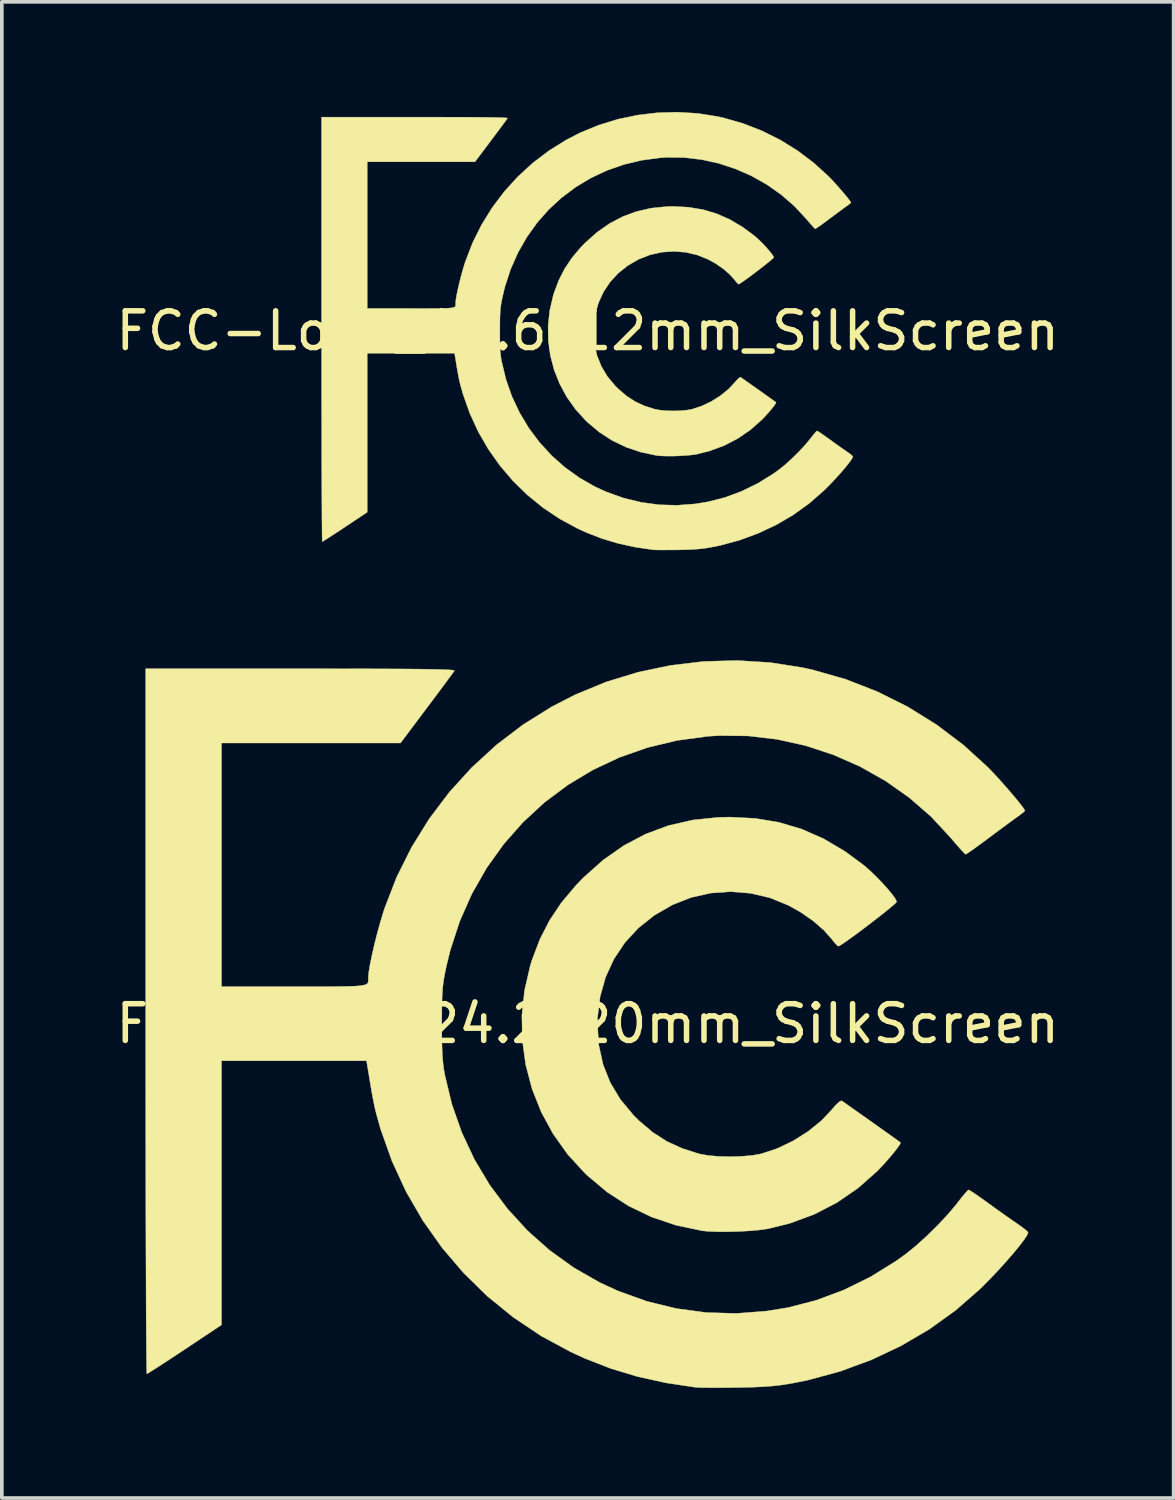
<source format=kicad_pcb>
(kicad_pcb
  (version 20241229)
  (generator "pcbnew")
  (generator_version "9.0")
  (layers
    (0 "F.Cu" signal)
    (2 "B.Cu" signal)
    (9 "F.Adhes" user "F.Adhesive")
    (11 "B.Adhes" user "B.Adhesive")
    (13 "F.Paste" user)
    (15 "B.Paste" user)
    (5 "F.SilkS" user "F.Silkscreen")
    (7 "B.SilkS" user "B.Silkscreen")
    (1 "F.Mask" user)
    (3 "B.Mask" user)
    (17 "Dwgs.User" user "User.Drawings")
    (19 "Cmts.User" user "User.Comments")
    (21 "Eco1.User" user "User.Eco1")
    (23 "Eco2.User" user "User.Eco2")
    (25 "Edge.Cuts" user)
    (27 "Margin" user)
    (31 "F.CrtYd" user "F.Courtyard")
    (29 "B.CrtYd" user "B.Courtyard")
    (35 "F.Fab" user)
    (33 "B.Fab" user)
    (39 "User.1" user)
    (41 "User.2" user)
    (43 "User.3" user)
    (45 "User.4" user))
  (footprint "FCC-Logo_24.2x20mm_SilkScreen"
    (layer "F.Cu")
    (at 12.958 24.833)
    (property "Reference" "FCC-Logo_24.2x20mm_SilkScreen" (at 0 0 0) (layer "F.SilkS") (effects (font (size 1 1) (thickness 0.15))))
    (attr exclude_from_pos_files exclude_from_bom)
    (fp_poly (pts (xy 4.559 -5.593) (xy 5.211 -5.484) (xy 5.831 -5.3) (xy 6.427 -5.037) (xy 7.01 -4.692) (xy 7.523 -4.313) (xy 7.68 -4.177) (xy 7.847 -4.016) (xy 8.013 -3.845) (xy 8.166 -3.676) (xy 8.292 -3.524) (xy 8.379 -3.403) (xy 8.415 -3.325) (xy 8.415 -3.321) (xy 8.382 -3.281) (xy 8.289 -3.199) (xy 8.15 -3.084) (xy 7.977 -2.946) (xy 7.781 -2.794) (xy 7.576 -2.637) (xy 7.374 -2.485) (xy 7.186 -2.348) (xy 7.026 -2.233) (xy 6.905 -2.152) (xy 6.836 -2.113) (xy 6.827 -2.11) (xy 6.782 -2.144) (xy 6.707 -2.227) (xy 6.658 -2.291) (xy 6.432 -2.547) (xy 6.138 -2.802) (xy 5.795 -3.04) (xy 5.466 -3.224) (xy 4.963 -3.429) (xy 4.436 -3.552) (xy 3.896 -3.596) (xy 3.355 -3.558) (xy 2.824 -3.44) (xy 2.314 -3.24) (xy 2.309 -3.238) (xy 1.812 -2.951) (xy 1.378 -2.605) (xy 1.01 -2.206) (xy 0.712 -1.758) (xy 0.487 -1.267) (xy 0.338 -0.739) (xy 0.269 -0.178) (xy 0.264 0.013) (xy 0.302 0.582) (xy 0.418 1.112) (xy 0.614 1.605) (xy 0.891 2.065) (xy 1.249 2.495) (xy 1.396 2.641) (xy 1.768 2.956) (xy 2.153 3.204) (xy 2.575 3.398) (xy 3.037 3.545) (xy 3.27 3.588) (xy 3.561 3.614) (xy 3.882 3.622) (xy 4.203 3.612) (xy 4.497 3.585) (xy 4.719 3.545) (xy 5.157 3.401) (xy 5.592 3.193) (xy 6.003 2.934) (xy 6.368 2.638) (xy 6.641 2.349) (xy 6.763 2.208) (xy 6.858 2.122) (xy 6.915 2.098) (xy 6.919 2.1) (xy 6.964 2.131) (xy 7.067 2.204) (xy 7.217 2.31) (xy 7.4 2.439) (xy 7.602 2.582) (xy 7.812 2.731) (xy 8.016 2.876) (xy 8.202 3.008) (xy 8.356 3.118) (xy 8.466 3.197) (xy 8.519 3.235) (xy 8.52 3.236) (xy 8.508 3.278) (xy 8.446 3.37) (xy 8.347 3.499) (xy 8.22 3.65) (xy 8.079 3.811) (xy 7.933 3.967) (xy 7.883 4.017) (xy 7.36 4.48) (xy 6.785 4.874) (xy 6.165 5.194) (xy 5.505 5.438) (xy 4.911 5.585) (xy 4.698 5.616) (xy 4.428 5.641) (xy 4.126 5.658) (xy 3.817 5.666) (xy 3.526 5.666) (xy 3.276 5.656) (xy 3.12 5.64) (xy 2.406 5.49) (xy 1.738 5.265) (xy 1.114 4.965) (xy 0.532 4.589) (xy -0.011 4.134) (xy -0.072 4.076) (xy -0.544 3.561) (xy -0.943 3.001) (xy -1.268 2.402) (xy -1.517 1.774) (xy -1.689 1.121) (xy -1.781 0.452) (xy -1.793 -0.226) (xy -1.721 -0.907) (xy -1.565 -1.582) (xy -1.518 -1.735) (xy -1.302 -2.302) (xy -1.039 -2.816) (xy -0.718 -3.296) (xy -0.327 -3.761) (xy -0.116 -3.98) (xy 0.42 -4.458) (xy 0.984 -4.853) (xy 1.577 -5.166) (xy 2.203 -5.398) (xy 2.864 -5.549) (xy 3.562 -5.621) (xy 3.867 -5.628) (xy 4.559 -5.593)) (stroke (width 0.01) (type solid)) (fill yes) (layer "F.SilkS"))
    (fp_poly (pts (xy 4.971 -9.837) (xy 5.86 -9.698) (xy 6.13 -9.638) (xy 7.023 -9.383) (xy 7.887 -9.046) (xy 8.714 -8.633) (xy 9.499 -8.146) (xy 10.235 -7.59) (xy 10.897 -6.986) (xy 11.038 -6.841) (xy 11.196 -6.669) (xy 11.361 -6.485) (xy 11.521 -6.3) (xy 11.667 -6.127) (xy 11.787 -5.978) (xy 11.871 -5.867) (xy 11.907 -5.806) (xy 11.908 -5.801) (xy 11.875 -5.766) (xy 11.79 -5.699) (xy 11.721 -5.649) (xy 11.623 -5.579) (xy 11.471 -5.468) (xy 11.282 -5.328) (xy 11.072 -5.172) (xy 10.932 -5.067) (xy 10.733 -4.919) (xy 10.557 -4.791) (xy 10.417 -4.692) (xy 10.325 -4.63) (xy 10.295 -4.614) (xy 10.256 -4.646) (xy 10.173 -4.734) (xy 10.057 -4.864) (xy 9.921 -5.024) (xy 9.894 -5.056) (xy 9.357 -5.636) (xy 8.759 -6.156) (xy 8.111 -6.613) (xy 7.419 -7.004) (xy 6.69 -7.325) (xy 5.935 -7.573) (xy 5.159 -7.745) (xy 4.371 -7.838) (xy 3.58 -7.847) (xy 3.271 -7.828) (xy 2.435 -7.715) (xy 1.632 -7.522) (xy 0.864 -7.253) (xy 0.137 -6.911) (xy -0.546 -6.5) (xy -1.181 -6.025) (xy -1.763 -5.487) (xy -2.289 -4.891) (xy -2.754 -4.241) (xy -3.154 -3.54) (xy -3.486 -2.791) (xy -3.745 -1.998) (xy -3.856 -1.541) (xy -3.895 -1.347) (xy -3.925 -1.178) (xy -3.946 -1.015) (xy -3.96 -0.839) (xy -3.969 -0.633) (xy -3.973 -0.377) (xy -3.975 -0.053) (xy -3.975 -0.022) (xy -3.974 0.342) (xy -3.968 0.636) (xy -3.958 0.876) (xy -3.94 1.08) (xy -3.916 1.265) (xy -3.895 1.384) (xy -3.701 2.191) (xy -3.429 2.966) (xy -3.083 3.703) (xy -2.667 4.397) (xy -2.184 5.043) (xy -1.64 5.637) (xy -1.038 6.172) (xy -0.382 6.644) (xy 0.324 7.048) (xy 0.82 7.277) (xy 1.606 7.56) (xy 2.408 7.757) (xy 3.223 7.867) (xy 4.047 7.891) (xy 4.877 7.827) (xy 5.456 7.732) (xy 6.219 7.535) (xy 6.97 7.255) (xy 7.698 6.898) (xy 8.392 6.468) (xy 8.672 6.267) (xy 8.944 6.046) (xy 9.239 5.778) (xy 9.535 5.487) (xy 9.809 5.194) (xy 10.039 4.922) (xy 10.087 4.859) (xy 10.199 4.715) (xy 10.294 4.602) (xy 10.358 4.537) (xy 10.375 4.526) (xy 10.422 4.551) (xy 10.526 4.618) (xy 10.673 4.72) (xy 10.849 4.845) (xy 10.909 4.889) (xy 11.122 5.043) (xy 11.34 5.198) (xy 11.539 5.338) (xy 11.693 5.444) (xy 11.7 5.449) (xy 11.837 5.546) (xy 11.941 5.628) (xy 11.993 5.68) (xy 11.995 5.687) (xy 11.967 5.759) (xy 11.886 5.884) (xy 11.759 6.051) (xy 11.596 6.249) (xy 11.405 6.469) (xy 11.196 6.701) (xy 10.975 6.934) (xy 10.753 7.159) (xy 10.673 7.237) (xy 10.017 7.81) (xy 9.301 8.324) (xy 8.532 8.775) (xy 7.719 9.159) (xy 6.869 9.472) (xy 5.989 9.71) (xy 5.537 9.8) (xy 5.298 9.838) (xy 5.059 9.866) (xy 4.798 9.886) (xy 4.495 9.9) (xy 4.13 9.909) (xy 4.043 9.91) (xy 3.753 9.913) (xy 3.485 9.914) (xy 3.253 9.913) (xy 3.074 9.911) (xy 2.962 9.906) (xy 2.944 9.905) (xy 2.121 9.781) (xy 1.356 9.612) (xy 0.631 9.393) (xy -0.075 9.118) (xy -0.461 8.941) (xy -1.269 8.505) (xy -2.027 7.997) (xy -2.733 7.423) (xy -3.382 6.788) (xy -3.971 6.097) (xy -4.496 5.354) (xy -4.952 4.565) (xy -5.335 3.734) (xy -5.643 2.866) (xy -5.756 2.461) (xy -5.789 2.33) (xy -5.819 2.193) (xy -5.85 2.037) (xy -5.886 1.845) (xy -5.927 1.602) (xy -5.978 1.294) (xy -6.001 1.154) (xy -6.024 1.011) (xy -9.975 1.011) (xy -9.975 8.204) (xy -10.976 8.87) (xy -11.24 9.045) (xy -11.48 9.203) (xy -11.687 9.337) (xy -11.85 9.441) (xy -11.96 9.51) (xy -12.008 9.536) (xy -12.009 9.536) (xy -12.012 9.493) (xy -12.015 9.366) (xy -12.018 9.158) (xy -12.02 8.875) (xy -12.023 8.52) (xy -12.026 8.097) (xy -12.028 7.61) (xy -12.03 7.063) (xy -12.032 6.46) (xy -12.034 5.805) (xy -12.036 5.102) (xy -12.037 4.354) (xy -12.038 3.567) (xy -12.039 2.743) (xy -12.04 1.887) (xy -12.041 1.003) (xy -12.041 0.095) (xy -12.041 -0.066) (xy -12.041 -9.668) (xy -7.82 -9.668) (xy -7.092 -9.668) (xy -6.449 -9.667) (xy -5.884 -9.666) (xy -5.395 -9.664) (xy -4.975 -9.662) (xy -4.622 -9.659) (xy -4.331 -9.655) (xy -4.096 -9.65) (xy -3.915 -9.645) (xy -3.782 -9.639) (xy -3.693 -9.632) (xy -3.644 -9.623) (xy -3.631 -9.614) (xy -3.631 -9.613) (xy -3.666 -9.564) (xy -3.746 -9.455) (xy -3.864 -9.295) (xy -4.013 -9.094) (xy -4.187 -8.862) (xy -4.377 -8.608) (xy -4.382 -8.602) (xy -5.099 -7.646) (xy -9.975 -7.646) (xy -9.975 -1.011) (xy -8.003 -1.011) (xy -7.528 -1.011) (xy -7.133 -1.011) (xy -6.811 -1.012) (xy -6.555 -1.016) (xy -6.357 -1.022) (xy -6.21 -1.033) (xy -6.106 -1.048) (xy -6.038 -1.069) (xy -5.999 -1.097) (xy -5.98 -1.133) (xy -5.975 -1.177) (xy -5.976 -1.231) (xy -5.976 -1.261) (xy -5.964 -1.404) (xy -5.929 -1.612) (xy -5.876 -1.87) (xy -5.81 -2.159) (xy -5.733 -2.463) (xy -5.65 -2.763) (xy -5.566 -3.042) (xy -5.536 -3.135) (xy -5.206 -3.989) (xy -4.798 -4.805) (xy -4.318 -5.579) (xy -3.77 -6.305) (xy -3.157 -6.978) (xy -2.486 -7.594) (xy -1.759 -8.147) (xy -0.982 -8.632) (xy -0.336 -8.964) (xy 0.499 -9.308) (xy 1.367 -9.573) (xy 2.257 -9.76) (xy 3.16 -9.867) (xy 4.068 -9.893) (xy 4.971 -9.837)) (stroke (width 0.01) (type solid)) (fill yes) (layer "F.SilkS")))
  (footprint "FCC-Logo_14.6x12mm_SilkScreen"
    (layer "F.Cu")
    (at 12.958 5.961)
    (property "Reference" "FCC-Logo_14.6x12mm_SilkScreen" (at 0 0 0) (layer "F.SilkS") (effects (font (size 1 1) (thickness 0.15))))
    (attr exclude_from_pos_files exclude_from_bom)
    (fp_poly (pts (xy 2.745 -3.367) (xy 3.137 -3.302) (xy 3.511 -3.191) (xy 3.87 -3.033) (xy 4.22 -2.825) (xy 4.529 -2.597) (xy 4.624 -2.515) (xy 4.725 -2.418) (xy 4.825 -2.315) (xy 4.916 -2.213) (xy 4.992 -2.122) (xy 5.045 -2.049) (xy 5.067 -2.002) (xy 5.067 -1.999) (xy 5.047 -1.975) (xy 4.991 -1.926) (xy 4.907 -1.857) (xy 4.803 -1.774) (xy 4.685 -1.682) (xy 4.562 -1.588) (xy 4.44 -1.496) (xy 4.327 -1.413) (xy 4.23 -1.345) (xy 4.157 -1.296) (xy 4.116 -1.272) (xy 4.111 -1.271) (xy 4.083 -1.291) (xy 4.038 -1.341) (xy 4.008 -1.379) (xy 3.872 -1.534) (xy 3.695 -1.687) (xy 3.489 -1.83) (xy 3.291 -1.941) (xy 2.988 -2.064) (xy 2.671 -2.139) (xy 2.346 -2.165) (xy 2.02 -2.142) (xy 1.7 -2.071) (xy 1.393 -1.951) (xy 1.39 -1.95) (xy 1.091 -1.777) (xy 0.83 -1.569) (xy 0.608 -1.328) (xy 0.429 -1.058) (xy 0.293 -0.763) (xy 0.203 -0.445) (xy 0.162 -0.107) (xy 0.159 0.008) (xy 0.182 0.351) (xy 0.252 0.669) (xy 0.37 0.966) (xy 0.536 1.243) (xy 0.752 1.502) (xy 0.841 1.59) (xy 1.064 1.779) (xy 1.296 1.929) (xy 1.55 2.046) (xy 1.829 2.135) (xy 1.969 2.16) (xy 2.144 2.176) (xy 2.337 2.181) (xy 2.531 2.175) (xy 2.708 2.159) (xy 2.841 2.135) (xy 3.105 2.048) (xy 3.367 1.923) (xy 3.614 1.767) (xy 3.834 1.588) (xy 3.998 1.414) (xy 4.072 1.33) (xy 4.129 1.278) (xy 4.164 1.263) (xy 4.166 1.264) (xy 4.193 1.283) (xy 4.255 1.327) (xy 4.345 1.391) (xy 4.455 1.468) (xy 4.577 1.555) (xy 4.704 1.644) (xy 4.827 1.732) (xy 4.938 1.811) (xy 5.031 1.877) (xy 5.097 1.925) (xy 5.129 1.948) (xy 5.13 1.949) (xy 5.122 1.974) (xy 5.085 2.029) (xy 5.025 2.107) (xy 4.949 2.198) (xy 4.864 2.294) (xy 4.776 2.388) (xy 4.746 2.419) (xy 4.431 2.697) (xy 4.085 2.934) (xy 3.712 3.127) (xy 3.314 3.274) (xy 2.957 3.363) (xy 2.828 3.381) (xy 2.666 3.396) (xy 2.484 3.406) (xy 2.298 3.412) (xy 2.123 3.411) (xy 1.973 3.405) (xy 1.879 3.396) (xy 1.449 3.305) (xy 1.046 3.17) (xy 0.671 2.99) (xy 0.32 2.763) (xy -0.007 2.489) (xy -0.044 2.454) (xy -0.327 2.144) (xy -0.568 1.807) (xy -0.763 1.446) (xy -0.914 1.068) (xy -1.017 0.675) (xy -1.073 0.272) (xy -1.079 -0.136) (xy -1.036 -0.546) (xy -0.942 -0.953) (xy -0.914 -1.044) (xy -0.784 -1.386) (xy -0.626 -1.695) (xy -0.432 -1.985) (xy -0.197 -2.265) (xy -0.07 -2.396) (xy 0.253 -2.684) (xy 0.592 -2.922) (xy 0.95 -3.11) (xy 1.327 -3.25) (xy 1.724 -3.341) (xy 2.145 -3.384) (xy 2.328 -3.389) (xy 2.745 -3.367)) (stroke (width 0.01) (type solid)) (fill yes) (layer "F.SilkS"))
    (fp_poly (pts (xy 2.993 -5.923) (xy 3.528 -5.839) (xy 3.691 -5.803) (xy 4.229 -5.649) (xy 4.749 -5.447) (xy 5.247 -5.198) (xy 5.719 -4.905) (xy 6.162 -4.57) (xy 6.561 -4.206) (xy 6.646 -4.119) (xy 6.741 -4.015) (xy 6.84 -3.904) (xy 6.937 -3.793) (xy 7.024 -3.689) (xy 7.097 -3.6) (xy 7.147 -3.533) (xy 7.169 -3.496) (xy 7.17 -3.493) (xy 7.149 -3.471) (xy 7.098 -3.431) (xy 7.057 -3.401) (xy 6.998 -3.359) (xy 6.907 -3.292) (xy 6.793 -3.208) (xy 6.666 -3.114) (xy 6.582 -3.051) (xy 6.462 -2.961) (xy 6.356 -2.884) (xy 6.272 -2.825) (xy 6.217 -2.788) (xy 6.199 -2.778) (xy 6.175 -2.797) (xy 6.125 -2.85) (xy 6.055 -2.929) (xy 5.973 -3.025) (xy 5.957 -3.044) (xy 5.633 -3.393) (xy 5.274 -3.706) (xy 4.883 -3.982) (xy 4.467 -4.217) (xy 4.028 -4.41) (xy 3.573 -4.56) (xy 3.106 -4.663) (xy 2.632 -4.719) (xy 2.155 -4.725) (xy 1.97 -4.713) (xy 1.466 -4.645) (xy 0.982 -4.529) (xy 0.52 -4.367) (xy 0.082 -4.161) (xy -0.329 -3.914) (xy -0.711 -3.627) (xy -1.062 -3.304) (xy -1.378 -2.945) (xy -1.658 -2.553) (xy -1.899 -2.131) (xy -2.099 -1.68) (xy -2.255 -1.203) (xy -2.321 -0.928) (xy -2.345 -0.811) (xy -2.363 -0.709) (xy -2.376 -0.611) (xy -2.384 -0.505) (xy -2.39 -0.381) (xy -2.392 -0.227) (xy -2.393 -0.032) (xy -2.393 -0.013) (xy -2.393 0.206) (xy -2.389 0.383) (xy -2.383 0.527) (xy -2.372 0.65) (xy -2.358 0.762) (xy -2.345 0.833) (xy -2.228 1.319) (xy -2.065 1.786) (xy -1.856 2.229) (xy -1.606 2.647) (xy -1.315 3.036) (xy -0.987 3.394) (xy -0.625 3.716) (xy -0.23 4) (xy 0.195 4.244) (xy 0.494 4.381) (xy 0.967 4.552) (xy 1.45 4.67) (xy 1.94 4.737) (xy 2.436 4.751) (xy 2.937 4.713) (xy 3.285 4.655) (xy 3.744 4.537) (xy 4.196 4.368) (xy 4.635 4.153) (xy 5.053 3.894) (xy 5.221 3.773) (xy 5.385 3.64) (xy 5.562 3.479) (xy 5.741 3.303) (xy 5.906 3.127) (xy 6.044 2.964) (xy 6.073 2.925) (xy 6.141 2.839) (xy 6.198 2.771) (xy 6.236 2.732) (xy 6.247 2.725) (xy 6.275 2.74) (xy 6.338 2.781) (xy 6.426 2.842) (xy 6.532 2.917) (xy 6.568 2.943) (xy 6.697 3.036) (xy 6.828 3.13) (xy 6.947 3.214) (xy 7.04 3.278) (xy 7.045 3.281) (xy 7.127 3.339) (xy 7.189 3.388) (xy 7.221 3.42) (xy 7.222 3.424) (xy 7.205 3.468) (xy 7.156 3.543) (xy 7.08 3.643) (xy 6.982 3.762) (xy 6.867 3.895) (xy 6.741 4.034) (xy 6.608 4.175) (xy 6.474 4.31) (xy 6.426 4.357) (xy 6.031 4.702) (xy 5.6 5.012) (xy 5.137 5.283) (xy 4.647 5.514) (xy 4.136 5.703) (xy 3.606 5.846) (xy 3.334 5.9) (xy 3.19 5.923) (xy 3.046 5.94) (xy 2.889 5.952) (xy 2.707 5.961) (xy 2.487 5.966) (xy 2.434 5.967) (xy 2.26 5.968) (xy 2.098 5.969) (xy 1.959 5.969) (xy 1.851 5.967) (xy 1.783 5.964) (xy 1.773 5.963) (xy 1.277 5.889) (xy 0.816 5.787) (xy 0.38 5.656) (xy -0.045 5.49) (xy -0.278 5.383) (xy -0.764 5.12) (xy -1.22 4.815) (xy -1.645 4.469) (xy -2.036 4.087) (xy -2.391 3.671) (xy -2.707 3.224) (xy -2.981 2.749) (xy -3.212 2.248) (xy -3.397 1.726) (xy -3.466 1.482) (xy -3.485 1.403) (xy -3.504 1.321) (xy -3.522 1.226) (xy -3.544 1.111) (xy -3.569 0.965) (xy -3.599 0.779) (xy -3.613 0.695) (xy -3.627 0.609) (xy -6.006 0.609) (xy -6.006 4.94) (xy -6.609 5.341) (xy -6.767 5.446) (xy -6.912 5.541) (xy -7.036 5.621) (xy -7.135 5.684) (xy -7.201 5.726) (xy -7.23 5.741) (xy -7.23 5.741) (xy -7.232 5.715) (xy -7.234 5.639) (xy -7.236 5.514) (xy -7.237 5.344) (xy -7.239 5.13) (xy -7.24 4.875) (xy -7.242 4.582) (xy -7.243 4.253) (xy -7.244 3.889) (xy -7.246 3.495) (xy -7.247 3.072) (xy -7.247 2.622) (xy -7.248 2.147) (xy -7.249 1.652) (xy -7.249 1.136) (xy -7.249 0.604) (xy -7.25 0.057) (xy -7.25 -0.04) (xy -7.25 -5.821) (xy -4.708 -5.821) (xy -4.27 -5.821) (xy -3.883 -5.82) (xy -3.543 -5.82) (xy -3.248 -5.819) (xy -2.996 -5.817) (xy -2.783 -5.815) (xy -2.607 -5.813) (xy -2.466 -5.81) (xy -2.357 -5.807) (xy -2.277 -5.803) (xy -2.224 -5.799) (xy -2.194 -5.794) (xy -2.186 -5.788) (xy -2.186 -5.788) (xy -2.207 -5.759) (xy -2.255 -5.693) (xy -2.326 -5.597) (xy -2.416 -5.476) (xy -2.521 -5.336) (xy -2.635 -5.183) (xy -2.638 -5.179) (xy -3.07 -4.604) (xy -6.006 -4.604) (xy -6.006 -0.609) (xy -4.818 -0.609) (xy -4.532 -0.608) (xy -4.295 -0.609) (xy -4.101 -0.609) (xy -3.947 -0.611) (xy -3.828 -0.615) (xy -3.739 -0.622) (xy -3.677 -0.631) (xy -3.636 -0.644) (xy -3.612 -0.661) (xy -3.601 -0.682) (xy -3.597 -0.709) (xy -3.598 -0.741) (xy -3.598 -0.76) (xy -3.591 -0.845) (xy -3.57 -0.971) (xy -3.538 -1.126) (xy -3.498 -1.3) (xy -3.452 -1.483) (xy -3.402 -1.664) (xy -3.351 -1.832) (xy -3.333 -1.887) (xy -3.134 -2.402) (xy -2.889 -2.893) (xy -2.6 -3.359) (xy -2.27 -3.796) (xy -1.901 -4.201) (xy -1.497 -4.572) (xy -1.059 -4.905) (xy -0.591 -5.197) (xy -0.203 -5.397) (xy 0.301 -5.604) (xy 0.823 -5.764) (xy 1.359 -5.876) (xy 1.903 -5.941) (xy 2.449 -5.956) (xy 2.993 -5.923)) (stroke (width 0.01) (type solid)) (fill yes) (layer "F.SilkS")))
  (gr_rect
    (start -3 -3)
    (end 28.917 37.752)
    (stroke (width 0.1) (type default))
    (fill no)
    (layer "Edge.Cuts")))
</source>
